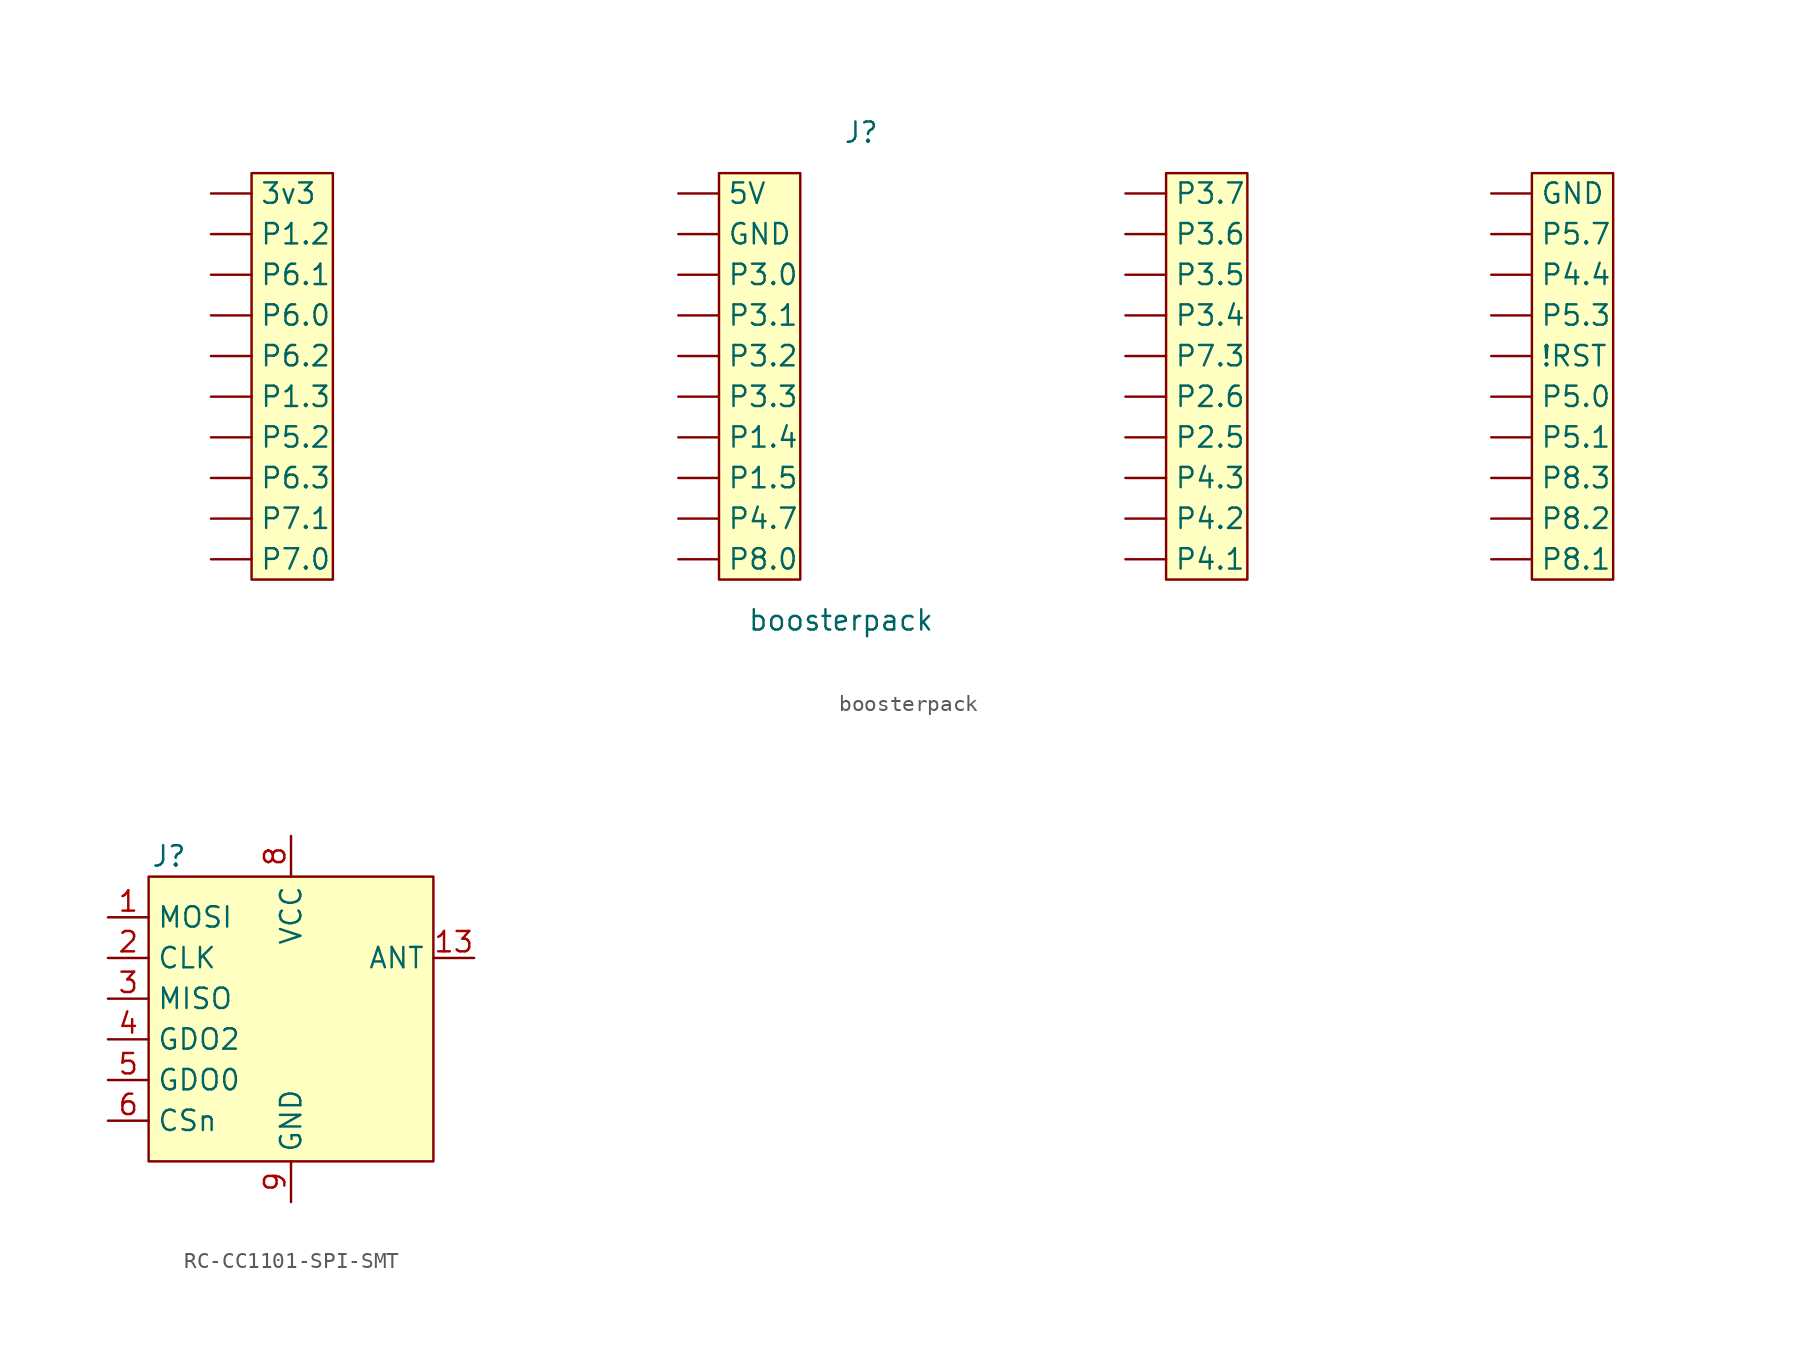
<source format=kicad_sym>
(kicad_symbol_lib
  (version 20220914)
  (generator kicad_symbol_editor)
  (symbol "boosterpack"
    (pin_numbers hide)
    (property "Reference" "J"
      (at -1.27 15.24 0)
      (effects (font (size 1.27 1.27))))
    (property "Value" "boosterpack"
      (at -2.54 -15.24 0)
      (effects (font (size 1.27 1.27))))
    (symbol "boosterpack_0_0"
      (pin power_in line (at -41.91 11.43 0) (length 2.54) (name "3v3" (effects (font (size 1.27 1.27)))) (number "1" (effects (font (size 1.27 1.27)))))
      (pin bidirectional line (at -41.91 -11.43 0) (length 2.54) (name "P7.0" (effects (font (size 1.27 1.27)))) (number "10" (effects (font (size 1.27 1.27)))))
      (pin bidirectional line (at 38.1 -11.43 0) (length 2.54) (name "P8.1" (effects (font (size 1.27 1.27)))) (number "11" (effects (font (size 1.27 1.27)))))
      (pin bidirectional line (at 38.1 -8.89 0) (length 2.54) (name "P8.2" (effects (font (size 1.27 1.27)))) (number "12" (effects (font (size 1.27 1.27)))))
      (pin bidirectional line (at 38.1 -6.35 0) (length 2.54) (name "P8.3" (effects (font (size 1.27 1.27)))) (number "13" (effects (font (size 1.27 1.27)))))
      (pin bidirectional line (at 38.1 -3.81 0) (length 2.54) (name "P5.1" (effects (font (size 1.27 1.27)))) (number "14" (effects (font (size 1.27 1.27)))))
      (pin bidirectional line (at 38.1 -1.27 0) (length 2.54) (name "P5.0" (effects (font (size 1.27 1.27)))) (number "15" (effects (font (size 1.27 1.27)))))
      (pin bidirectional line (at 38.1 1.27 0) (length 2.54) (name "!RST" (effects (font (size 1.27 1.27)))) (number "16" (effects (font (size 1.27 1.27)))))
      (pin bidirectional line (at 38.1 3.81 0) (length 2.54) (name "P5.3" (effects (font (size 1.27 1.27)))) (number "17" (effects (font (size 1.27 1.27)))))
      (pin bidirectional line (at 38.1 6.35 0) (length 2.54) (name "P4.4" (effects (font (size 1.27 1.27)))) (number "18" (effects (font (size 1.27 1.27)))))
      (pin bidirectional line (at 38.1 8.89 0) (length 2.54) (name "P5.7" (effects (font (size 1.27 1.27)))) (number "19" (effects (font (size 1.27 1.27)))))
      (pin bidirectional line (at -41.91 8.89 0) (length 2.54) (name "P1.2" (effects (font (size 1.27 1.27)))) (number "2" (effects (font (size 1.27 1.27)))))
      (pin power_in line (at 38.1 11.43 0) (length 2.54) (name "GND" (effects (font (size 1.27 1.27)))) (number "20" (effects (font (size 1.27 1.27)))))
      (pin power_in line (at -12.7 11.43 0) (length 2.54) (name "5V" (effects (font (size 1.27 1.27)))) (number "21" (effects (font (size 1.27 1.27)))))
      (pin power_in line (at -12.7 8.89 0) (length 2.54) (name "GND" (effects (font (size 1.27 1.27)))) (number "22" (effects (font (size 1.27 1.27)))))
      (pin bidirectional line (at -12.7 6.35 0) (length 2.54) (name "P3.0" (effects (font (size 1.27 1.27)))) (number "23" (effects (font (size 1.27 1.27)))))
      (pin bidirectional line (at -12.7 3.81 0) (length 2.54) (name "P3.1" (effects (font (size 1.27 1.27)))) (number "24" (effects (font (size 1.27 1.27)))))
      (pin bidirectional line (at -12.7 1.27 0) (length 2.54) (name "P3.2" (effects (font (size 1.27 1.27)))) (number "25" (effects (font (size 1.27 1.27)))))
      (pin bidirectional line (at -12.7 -1.27 0) (length 2.54) (name "P3.3" (effects (font (size 1.27 1.27)))) (number "26" (effects (font (size 1.27 1.27)))))
      (pin bidirectional line (at -12.7 -3.81 0) (length 2.54) (name "P1.4" (effects (font (size 1.27 1.27)))) (number "27" (effects (font (size 1.27 1.27)))))
      (pin bidirectional line (at -12.7 -6.35 0) (length 2.54) (name "P1.5" (effects (font (size 1.27 1.27)))) (number "28" (effects (font (size 1.27 1.27)))))
      (pin bidirectional line (at -12.7 -8.89 0) (length 2.54) (name "P4.7" (effects (font (size 1.27 1.27)))) (number "29" (effects (font (size 1.27 1.27)))))
      (pin bidirectional line (at -41.91 6.35 0) (length 2.54) (name "P6.1" (effects (font (size 1.27 1.27)))) (number "3" (effects (font (size 1.27 1.27)))))
      (pin bidirectional line (at -12.7 -11.43 0) (length 2.54) (name "P8.0" (effects (font (size 1.27 1.27)))) (number "30" (effects (font (size 1.27 1.27)))))
      (pin bidirectional line (at 15.24 -11.43 0) (length 2.54) (name "P4.1" (effects (font (size 1.27 1.27)))) (number "31" (effects (font (size 1.27 1.27)))))
      (pin bidirectional line (at 15.24 -8.89 0) (length 2.54) (name "P4.2" (effects (font (size 1.27 1.27)))) (number "32" (effects (font (size 1.27 1.27)))))
      (pin bidirectional line (at 15.24 -6.35 0) (length 2.54) (name "P4.3" (effects (font (size 1.27 1.27)))) (number "33" (effects (font (size 1.27 1.27)))))
      (pin bidirectional line (at 15.24 -3.81 0) (length 2.54) (name "P2.5" (effects (font (size 1.27 1.27)))) (number "34" (effects (font (size 1.27 1.27)))))
      (pin bidirectional line (at 15.24 -1.27 0) (length 2.54) (name "P2.6" (effects (font (size 1.27 1.27)))) (number "35" (effects (font (size 1.27 1.27)))))
      (pin bidirectional line (at 15.24 1.27 0) (length 2.54) (name "P7.3" (effects (font (size 1.27 1.27)))) (number "36" (effects (font (size 1.27 1.27)))))
      (pin bidirectional line (at 15.24 3.81 0) (length 2.54) (name "P3.4" (effects (font (size 1.27 1.27)))) (number "37" (effects (font (size 1.27 1.27)))))
      (pin bidirectional line (at 15.24 6.35 0) (length 2.54) (name "P3.5" (effects (font (size 1.27 1.27)))) (number "38" (effects (font (size 1.27 1.27)))))
      (pin bidirectional line (at 15.24 8.89 0) (length 2.54) (name "P3.6" (effects (font (size 1.27 1.27)))) (number "39" (effects (font (size 1.27 1.27)))))
      (pin bidirectional line (at -41.91 3.81 0) (length 2.54) (name "P6.0" (effects (font (size 1.27 1.27)))) (number "4" (effects (font (size 1.27 1.27)))))
      (pin bidirectional line (at 15.24 11.43 0) (length 2.54) (name "P3.7" (effects (font (size 1.27 1.27)))) (number "40" (effects (font (size 1.27 1.27)))))
      (pin bidirectional line (at -41.91 1.27 0) (length 2.54) (name "P6.2" (effects (font (size 1.27 1.27)))) (number "5" (effects (font (size 1.27 1.27)))))
      (pin bidirectional line (at -41.91 -1.27 0) (length 2.54) (name "P1.3" (effects (font (size 1.27 1.27)))) (number "6" (effects (font (size 1.27 1.27)))))
      (pin bidirectional line (at -41.91 -3.81 0) (length 2.54) (name "P5.2" (effects (font (size 1.27 1.27)))) (number "7" (effects (font (size 1.27 1.27)))))
      (pin bidirectional line (at -41.91 -6.35 0) (length 2.54) (name "P6.3" (effects (font (size 1.27 1.27)))) (number "8" (effects (font (size 1.27 1.27)))))
      (pin bidirectional line (at -41.91 -8.89 0) (length 2.54) (name "P7.1" (effects (font (size 1.27 1.27)))) (number "9" (effects (font (size 1.27 1.27))))))
    (symbol "boosterpack_0_1"
      (rectangle (start -39.37 12.7) (end -34.29 -12.7) (stroke (width 0) (type default)) (fill (type background)))
      (rectangle (start -10.16 12.7) (end -5.08 -12.7) (stroke (width 0) (type default)) (fill (type background)))
      (rectangle (start 17.78 12.7) (end 22.86 -12.7) (stroke (width 0) (type default)) (fill (type background)))
      (rectangle (start 40.64 12.7) (end 45.72 -12.7) (stroke (width 0) (type default)) (fill (type background)))))
  (symbol "RC-CC1101-SPI-SMT"
    (property "Reference" "J"
      (at -7.62 10.16 0)
      (effects (font (size 1.27 1.27))))
    (property "Value" ""
      (at -2.54 8.89 0)
      (effects (font (size 1.27 1.27))))
    (symbol "RC-CC1101-SPI-SMT_0_1"
      (rectangle (start -8.89 8.89) (end 8.89 -8.89) (stroke (width 0) (type default)) (fill (type background))))
    (symbol "RC-CC1101-SPI-SMT_1_1"
      (pin input line (at -11.43 6.35 0) (length 2.54) (name "MOSI" (effects (font (size 1.27 1.27)))) (number "1" (effects (font (size 1.27 1.27)))))
      (pin passive line (at 0 -11.43 90) (length 2.54) hide (name "GND" (effects (font (size 1.27 1.27)))) (number "10" (effects (font (size 1.27 1.27)))))
      (pin no_connect line (at 11.43 -6.35 180) (length 2.54) hide (name "NC" (effects (font (size 1.27 1.27)))) (number "11" (effects (font (size 1.27 1.27)))))
      (pin no_connect line (at 11.43 -3.81 180) (length 2.54) hide (name "NC" (effects (font (size 1.27 1.27)))) (number "12" (effects (font (size 1.27 1.27)))))
      (pin input line (at 11.43 3.81 180) (length 2.54) (name "ANT" (effects (font (size 1.27 1.27)))) (number "13" (effects (font (size 1.27 1.27)))))
      (pin input line (at -11.43 3.81 0) (length 2.54) (name "CLK" (effects (font (size 1.27 1.27)))) (number "2" (effects (font (size 1.27 1.27)))))
      (pin input line (at -11.43 1.27 0) (length 2.54) (name "MISO" (effects (font (size 1.27 1.27)))) (number "3" (effects (font (size 1.27 1.27)))))
      (pin input line (at -11.43 -1.27 0) (length 2.54) (name "GDO2" (effects (font (size 1.27 1.27)))) (number "4" (effects (font (size 1.27 1.27)))))
      (pin input line (at -11.43 -3.81 0) (length 2.54) (name "GDO0" (effects (font (size 1.27 1.27)))) (number "5" (effects (font (size 1.27 1.27)))))
      (pin input line (at -11.43 -6.35 0) (length 2.54) (name "CSn" (effects (font (size 1.27 1.27)))) (number "6" (effects (font (size 1.27 1.27)))))
      (pin passive line (at 0 11.43 270) (length 2.54) hide (name "VCC" (effects (font (size 1.27 1.27)))) (number "7" (effects (font (size 1.27 1.27)))))
      (pin power_in line (at 0 11.43 270) (length 2.54) (name "VCC" (effects (font (size 1.27 1.27)))) (number "8" (effects (font (size 1.27 1.27)))))
      (pin power_in line (at 0 -11.43 90) (length 2.54) (name "GND" (effects (font (size 1.27 1.27)))) (number "9" (effects (font (size 1.27 1.27))))))))
</source>
